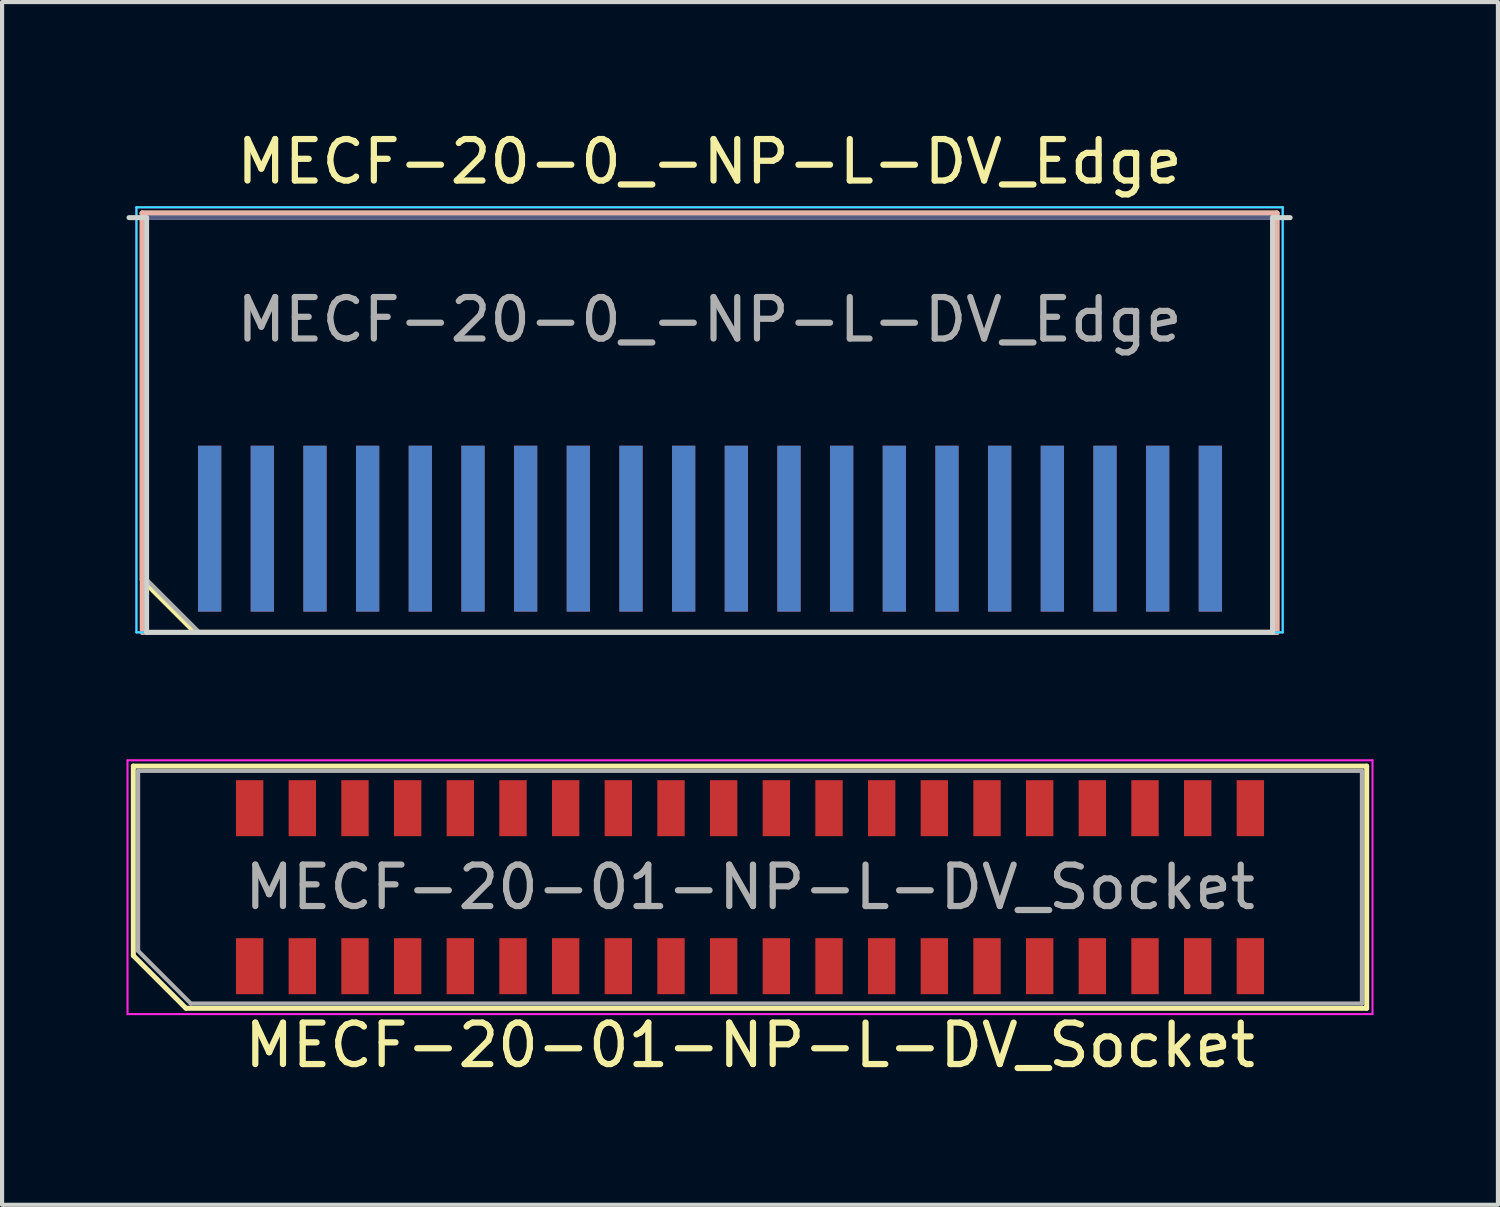
<source format=kicad_pcb>
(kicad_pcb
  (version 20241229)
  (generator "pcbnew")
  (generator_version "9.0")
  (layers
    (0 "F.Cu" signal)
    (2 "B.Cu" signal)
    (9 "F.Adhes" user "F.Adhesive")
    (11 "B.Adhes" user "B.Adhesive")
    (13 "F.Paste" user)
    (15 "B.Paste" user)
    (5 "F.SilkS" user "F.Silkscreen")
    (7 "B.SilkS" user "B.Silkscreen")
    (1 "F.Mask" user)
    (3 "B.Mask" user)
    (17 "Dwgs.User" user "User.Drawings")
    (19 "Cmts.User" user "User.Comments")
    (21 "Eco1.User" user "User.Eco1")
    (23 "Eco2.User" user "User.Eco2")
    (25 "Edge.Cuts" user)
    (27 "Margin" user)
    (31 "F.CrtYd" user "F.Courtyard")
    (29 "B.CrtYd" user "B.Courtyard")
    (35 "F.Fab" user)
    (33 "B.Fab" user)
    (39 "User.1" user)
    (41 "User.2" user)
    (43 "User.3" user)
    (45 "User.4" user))
  (footprint "MECF-20-0_-NP-L-DV_Edge"
    (layer "F.Cu")
    (at 14.06 7.198)
    (property "Reference" "MECF-20-0_-NP-L-DV_Edge" (at 0 -6.35 0) (layer "F.SilkS") (effects (font (size 1 1) (thickness 0.15))))
    (attr exclude_from_pos_files exclude_from_bom)
    (fp_line (start -13.68 -5.11) (end 13.68 -5.11) (stroke (width 0.12) (type solid)) (layer "F.SilkS"))
    (fp_line (start -13.68 3.73) (end -13.68 -5.11) (stroke (width 0.12) (type solid)) (layer "F.SilkS"))
    (fp_line (start -12.41 5) (end -13.68 3.73) (stroke (width 0.12) (type solid)) (layer "F.SilkS"))
    (fp_line (start -12.41 5) (end 13.68 5) (stroke (width 0.12) (type solid)) (layer "F.SilkS"))
    (fp_line (start 13.68 5) (end 13.68 -5.11) (stroke (width 0.12) (type solid)) (layer "F.SilkS"))
    (fp_line (start -13.68 -5.11) (end 13.68 -5.11) (stroke (width 0.12) (type solid)) (layer "B.SilkS"))
    (fp_line (start -13.68 5) (end -13.68 -5.11) (stroke (width 0.12) (type solid)) (layer "B.SilkS"))
    (fp_line (start -13.68 5) (end 13.68 5) (stroke (width 0.12) (type solid)) (layer "B.SilkS"))
    (fp_line (start 13.68 5) (end 13.68 -5.11) (stroke (width 0.12) (type solid)) (layer "B.SilkS"))
    (fp_line (start -14 -5) (end -13.575 -5) (stroke (width 0.12) (type solid)) (layer "Edge.Cuts"))
    (fp_line (start -13.575 5) (end -13.575 -5) (stroke (width 0.12) (type solid)) (layer "Edge.Cuts"))
    (fp_line (start -13.575 5) (end 13.575 5) (stroke (width 0.12) (type solid)) (layer "Edge.Cuts"))
    (fp_line (start 13.575 5) (end 13.575 -5) (stroke (width 0.12) (type solid)) (layer "Edge.Cuts"))
    (fp_line (start 14 -5) (end 13.575 -5) (stroke (width 0.12) (type solid)) (layer "Edge.Cuts"))
    (fp_line (start -13.82 -5.25) (end -13.82 5) (stroke (width 0.05) (type solid)) (layer "B.CrtYd"))
    (fp_line (start -13.82 5) (end 13.82 5) (stroke (width 0.05) (type solid)) (layer "B.CrtYd"))
    (fp_line (start 13.82 -5.25) (end -13.82 -5.25) (stroke (width 0.05) (type solid)) (layer "B.CrtYd"))
    (fp_line (start 13.82 5) (end 13.82 -5.25) (stroke (width 0.05) (type solid)) (layer "B.CrtYd"))
    (fp_line (start -13.82 -5.25) (end -13.82 5) (stroke (width 0.05) (type solid)) (layer "F.CrtYd"))
    (fp_line (start -13.82 5) (end 13.82 5) (stroke (width 0.05) (type solid)) (layer "F.CrtYd"))
    (fp_line (start 13.82 -5.25) (end -13.82 -5.25) (stroke (width 0.05) (type solid)) (layer "F.CrtYd"))
    (fp_line (start 13.82 5) (end 13.82 -5.25) (stroke (width 0.05) (type solid)) (layer "F.CrtYd"))
    (fp_line (start -13.575 -5) (end 13.575 -5) (stroke (width 0.1) (type solid)) (layer "B.Fab"))
    (fp_line (start -13.575 5) (end -13.575 -5) (stroke (width 0.1) (type solid)) (layer "B.Fab"))
    (fp_line (start -13.575 5) (end 13.575 5) (stroke (width 0.1) (type solid)) (layer "B.Fab"))
    (fp_line (start 13.575 5) (end 13.575 -5) (stroke (width 0.1) (type solid)) (layer "B.Fab"))
    (fp_line (start -13.575 -5) (end 13.575 -5) (stroke (width 0.1) (type solid)) (layer "F.Fab"))
    (fp_line (start -13.575 3.73) (end -13.575 -5) (stroke (width 0.1) (type solid)) (layer "F.Fab"))
    (fp_line (start -13.575 3.73) (end -12.305 5) (stroke (width 0.1) (type solid)) (layer "F.Fab"))
    (fp_line (start -12.305 5) (end 13.575 5) (stroke (width 0.1) (type solid)) (layer "F.Fab"))
    (fp_line (start 13.575 5) (end 13.575 -5) (stroke (width 0.1) (type solid)) (layer "F.Fab"))
    (fp_text user "${REFERENCE}" (at 0 -2.54 0) (layer "F.Fab") (effects (font (size 1 1) (thickness 0.15))))
    (pad "1" smd rect (at -12.055 2.5) (size 0.56 4) (layers "F.Cu" "F.Mask" "F.Paste"))
    (pad "2" smd rect (at -12.055 2.5) (size 0.56 4) (layers "B.Cu" "B.Mask" "B.Paste"))
    (pad "3" smd rect (at -10.785 2.5) (size 0.56 4) (layers "F.Cu" "F.Mask" "F.Paste"))
    (pad "4" smd rect (at -10.785 2.5) (size 0.56 4) (layers "B.Cu" "B.Mask" "B.Paste"))
    (pad "5" smd rect (at -9.515 2.5) (size 0.56 4) (layers "F.Cu" "F.Mask" "F.Paste"))
    (pad "6" smd rect (at -9.515 2.5) (size 0.56 4) (layers "B.Cu" "B.Mask" "B.Paste"))
    (pad "7" smd rect (at -8.245 2.5) (size 0.56 4) (layers "F.Cu" "F.Mask" "F.Paste"))
    (pad "8" smd rect (at -8.245 2.5) (size 0.56 4) (layers "B.Cu" "B.Mask" "B.Paste"))
    (pad "9" smd rect (at -6.975 2.5) (size 0.56 4) (layers "F.Cu" "F.Mask" "F.Paste"))
    (pad "10" smd rect (at -6.975 2.5) (size 0.56 4) (layers "B.Cu" "B.Mask" "B.Paste"))
    (pad "11" smd rect (at -5.705 2.5) (size 0.56 4) (layers "F.Cu" "F.Mask" "F.Paste"))
    (pad "12" smd rect (at -5.705 2.5) (size 0.56 4) (layers "B.Cu" "B.Mask" "B.Paste"))
    (pad "13" smd rect (at -4.435 2.5) (size 0.56 4) (layers "F.Cu" "F.Mask" "F.Paste"))
    (pad "14" smd rect (at -4.435 2.5) (size 0.56 4) (layers "B.Cu" "B.Mask" "B.Paste"))
    (pad "15" smd rect (at -3.165 2.5) (size 0.56 4) (layers "F.Cu" "F.Mask" "F.Paste"))
    (pad "16" smd rect (at -3.165 2.5) (size 0.56 4) (layers "B.Cu" "B.Mask" "B.Paste"))
    (pad "17" smd rect (at -1.895 2.5) (size 0.56 4) (layers "F.Cu" "F.Mask" "F.Paste"))
    (pad "18" smd rect (at -1.895 2.5) (size 0.56 4) (layers "B.Cu" "B.Mask" "B.Paste"))
    (pad "19" smd rect (at -0.625 2.5) (size 0.56 4) (layers "F.Cu" "F.Mask" "F.Paste"))
    (pad "20" smd rect (at -0.625 2.5) (size 0.56 4) (layers "B.Cu" "B.Mask" "B.Paste"))
    (pad "21" smd rect (at 0.645 2.5) (size 0.56 4) (layers "F.Cu" "F.Mask" "F.Paste"))
    (pad "22" smd rect (at 0.645 2.5) (size 0.56 4) (layers "B.Cu" "B.Mask" "B.Paste"))
    (pad "23" smd rect (at 1.915 2.5) (size 0.56 4) (layers "F.Cu" "F.Mask" "F.Paste"))
    (pad "24" smd rect (at 1.915 2.5) (size 0.56 4) (layers "B.Cu" "B.Mask" "B.Paste"))
    (pad "25" smd rect (at 3.185 2.5) (size 0.56 4) (layers "F.Cu" "F.Mask" "F.Paste"))
    (pad "26" smd rect (at 3.185 2.5) (size 0.56 4) (layers "B.Cu" "B.Mask" "B.Paste"))
    (pad "27" smd rect (at 4.455 2.5) (size 0.56 4) (layers "F.Cu" "F.Mask" "F.Paste"))
    (pad "28" smd rect (at 4.455 2.5) (size 0.56 4) (layers "B.Cu" "B.Mask" "B.Paste"))
    (pad "29" smd rect (at 5.725 2.5) (size 0.56 4) (layers "F.Cu" "F.Mask" "F.Paste"))
    (pad "30" smd rect (at 5.725 2.5) (size 0.56 4) (layers "B.Cu" "B.Mask" "B.Paste"))
    (pad "31" smd rect (at 6.995 2.5) (size 0.56 4) (layers "F.Cu" "F.Mask" "F.Paste"))
    (pad "32" smd rect (at 6.995 2.5) (size 0.56 4) (layers "B.Cu" "B.Mask" "B.Paste"))
    (pad "33" smd rect (at 8.265 2.5) (size 0.56 4) (layers "F.Cu" "F.Mask" "F.Paste"))
    (pad "34" smd rect (at 8.265 2.5) (size 0.56 4) (layers "B.Cu" "B.Mask" "B.Paste"))
    (pad "35" smd rect (at 9.535 2.5) (size 0.56 4) (layers "F.Cu" "F.Mask" "F.Paste"))
    (pad "36" smd rect (at 9.535 2.5) (size 0.56 4) (layers "B.Cu" "B.Mask" "B.Paste"))
    (pad "37" smd rect (at 10.805 2.5) (size 0.56 4) (layers "F.Cu" "F.Mask" "F.Paste"))
    (pad "38" smd rect (at 10.805 2.5) (size 0.56 4) (layers "B.Cu" "B.Mask" "B.Paste"))
    (pad "39" smd rect (at 12.075 2.5) (size 0.56 4) (layers "F.Cu" "F.Mask" "F.Paste"))
    (pad "40" smd rect (at 12.075 2.5) (size 0.56 4) (layers "B.Cu" "B.Mask" "B.Paste")))
  (footprint "MECF-20-01-NP-L-DV_Socket"
    (layer "F.Cu")
    (at 15.035 18.343)
    (property "Reference" "MECF-20-01-NP-L-DV_Socket" (at 0 3.81 0) (layer "F.SilkS") (effects (font (size 1 1) (thickness 0.15))))
    (attr smd)
    (fp_line (start -14.87 -2.92) (end 14.87 -2.92) (stroke (width 0.12) (type solid)) (layer "F.SilkS"))
    (fp_line (start -14.87 1.65) (end -14.87 -2.92) (stroke (width 0.12) (type solid)) (layer "F.SilkS"))
    (fp_line (start -13.6 2.92) (end -14.87 1.65) (stroke (width 0.12) (type solid)) (layer "F.SilkS"))
    (fp_line (start -13.6 2.92) (end 14.87 2.92) (stroke (width 0.12) (type solid)) (layer "F.SilkS"))
    (fp_line (start 14.87 2.92) (end 14.87 -2.92) (stroke (width 0.12) (type solid)) (layer "F.SilkS"))
    (fp_line (start -15.01 -3.06) (end -15.01 3.06) (stroke (width 0.05) (type solid)) (layer "F.CrtYd"))
    (fp_line (start -15.01 3.06) (end 15.01 3.06) (stroke (width 0.05) (type solid)) (layer "F.CrtYd"))
    (fp_line (start 15.01 -3.06) (end -15.01 -3.06) (stroke (width 0.05) (type solid)) (layer "F.CrtYd"))
    (fp_line (start 15.01 3.06) (end 15.01 -3.06) (stroke (width 0.05) (type solid)) (layer "F.CrtYd"))
    (fp_line (start -14.755 -2.805) (end 14.755 -2.805) (stroke (width 0.1) (type solid)) (layer "F.Fab"))
    (fp_line (start -14.755 1.535) (end -14.755 -2.805) (stroke (width 0.1) (type solid)) (layer "F.Fab"))
    (fp_line (start -14.755 1.535) (end -13.485 2.805) (stroke (width 0.1) (type solid)) (layer "F.Fab"))
    (fp_line (start -13.485 2.805) (end 14.755 2.805) (stroke (width 0.1) (type solid)) (layer "F.Fab"))
    (fp_line (start 14.755 2.805) (end 14.755 -2.805) (stroke (width 0.1) (type solid)) (layer "F.Fab"))
    (fp_text user "${REFERENCE}" (at 0 0 0) (layer "F.Fab") (effects (font (size 1 1) (thickness 0.15))))
    (pad "" np_thru_hole circle (at -13.845 0) (size 0.001 0.001) (drill 1.45) (layers "*.Cu" "*.Mask"))
    (pad "" np_thru_hole circle (at 13.845 1) (size 0.001 0.001) (drill 1.45) (layers "*.Cu" "*.Mask"))
    (pad "1" smd rect (at -12.065 1.905) (size 0.66 1.35) (layers "F.Cu" "F.Mask" "F.Paste"))
    (pad "2" smd rect (at -12.065 -1.905) (size 0.66 1.35) (layers "F.Cu" "F.Mask" "F.Paste"))
    (pad "3" smd rect (at -10.795 1.905) (size 0.66 1.35) (layers "F.Cu" "F.Mask" "F.Paste"))
    (pad "4" smd rect (at -10.795 -1.905) (size 0.66 1.35) (layers "F.Cu" "F.Mask" "F.Paste"))
    (pad "5" smd rect (at -9.525 1.905) (size 0.66 1.35) (layers "F.Cu" "F.Mask" "F.Paste"))
    (pad "6" smd rect (at -9.525 -1.905) (size 0.66 1.35) (layers "F.Cu" "F.Mask" "F.Paste"))
    (pad "7" smd rect (at -8.255 1.905) (size 0.66 1.35) (layers "F.Cu" "F.Mask" "F.Paste"))
    (pad "8" smd rect (at -8.255 -1.905) (size 0.66 1.35) (layers "F.Cu" "F.Mask" "F.Paste"))
    (pad "9" smd rect (at -6.985 1.905) (size 0.66 1.35) (layers "F.Cu" "F.Mask" "F.Paste"))
    (pad "10" smd rect (at -6.985 -1.905) (size 0.66 1.35) (layers "F.Cu" "F.Mask" "F.Paste"))
    (pad "11" smd rect (at -5.715 1.905) (size 0.66 1.35) (layers "F.Cu" "F.Mask" "F.Paste"))
    (pad "12" smd rect (at -5.715 -1.905) (size 0.66 1.35) (layers "F.Cu" "F.Mask" "F.Paste"))
    (pad "13" smd rect (at -4.445 1.905) (size 0.66 1.35) (layers "F.Cu" "F.Mask" "F.Paste"))
    (pad "14" smd rect (at -4.445 -1.905) (size 0.66 1.35) (layers "F.Cu" "F.Mask" "F.Paste"))
    (pad "15" smd rect (at -3.175 1.905) (size 0.66 1.35) (layers "F.Cu" "F.Mask" "F.Paste"))
    (pad "16" smd rect (at -3.175 -1.905) (size 0.66 1.35) (layers "F.Cu" "F.Mask" "F.Paste"))
    (pad "17" smd rect (at -1.905 1.905) (size 0.66 1.35) (layers "F.Cu" "F.Mask" "F.Paste"))
    (pad "18" smd rect (at -1.905 -1.905) (size 0.66 1.35) (layers "F.Cu" "F.Mask" "F.Paste"))
    (pad "19" smd rect (at -0.635 1.905) (size 0.66 1.35) (layers "F.Cu" "F.Mask" "F.Paste"))
    (pad "20" smd rect (at -0.635 -1.905) (size 0.66 1.35) (layers "F.Cu" "F.Mask" "F.Paste"))
    (pad "21" smd rect (at 0.635 1.905) (size 0.66 1.35) (layers "F.Cu" "F.Mask" "F.Paste"))
    (pad "22" smd rect (at 0.635 -1.905) (size 0.66 1.35) (layers "F.Cu" "F.Mask" "F.Paste"))
    (pad "23" smd rect (at 1.905 1.905) (size 0.66 1.35) (layers "F.Cu" "F.Mask" "F.Paste"))
    (pad "24" smd rect (at 1.905 -1.905) (size 0.66 1.35) (layers "F.Cu" "F.Mask" "F.Paste"))
    (pad "25" smd rect (at 3.175 1.905) (size 0.66 1.35) (layers "F.Cu" "F.Mask" "F.Paste"))
    (pad "26" smd rect (at 3.175 -1.905) (size 0.66 1.35) (layers "F.Cu" "F.Mask" "F.Paste"))
    (pad "27" smd rect (at 4.445 1.905) (size 0.66 1.35) (layers "F.Cu" "F.Mask" "F.Paste"))
    (pad "28" smd rect (at 4.445 -1.905) (size 0.66 1.35) (layers "F.Cu" "F.Mask" "F.Paste"))
    (pad "29" smd rect (at 5.715 1.905) (size 0.66 1.35) (layers "F.Cu" "F.Mask" "F.Paste"))
    (pad "30" smd rect (at 5.715 -1.905) (size 0.66 1.35) (layers "F.Cu" "F.Mask" "F.Paste"))
    (pad "31" smd rect (at 6.985 1.905) (size 0.66 1.35) (layers "F.Cu" "F.Mask" "F.Paste"))
    (pad "32" smd rect (at 6.985 -1.905) (size 0.66 1.35) (layers "F.Cu" "F.Mask" "F.Paste"))
    (pad "33" smd rect (at 8.255 1.905) (size 0.66 1.35) (layers "F.Cu" "F.Mask" "F.Paste"))
    (pad "34" smd rect (at 8.255 -1.905) (size 0.66 1.35) (layers "F.Cu" "F.Mask" "F.Paste"))
    (pad "35" smd rect (at 9.525 1.905) (size 0.66 1.35) (layers "F.Cu" "F.Mask" "F.Paste"))
    (pad "36" smd rect (at 9.525 -1.905) (size 0.66 1.35) (layers "F.Cu" "F.Mask" "F.Paste"))
    (pad "37" smd rect (at 10.795 1.905) (size 0.66 1.35) (layers "F.Cu" "F.Mask" "F.Paste"))
    (pad "38" smd rect (at 10.795 -1.905) (size 0.66 1.35) (layers "F.Cu" "F.Mask" "F.Paste"))
    (pad "39" smd rect (at 12.065 1.905) (size 0.66 1.35) (layers "F.Cu" "F.Mask" "F.Paste"))
    (pad "40" smd rect (at 12.065 -1.905) (size 0.66 1.35) (layers "F.Cu" "F.Mask" "F.Paste")))
  (gr_rect
    (start -3 -3)
    (end 33.07 26.002)
    (stroke (width 0.1) (type default))
    (fill no)
    (layer "Edge.Cuts")))
</source>
